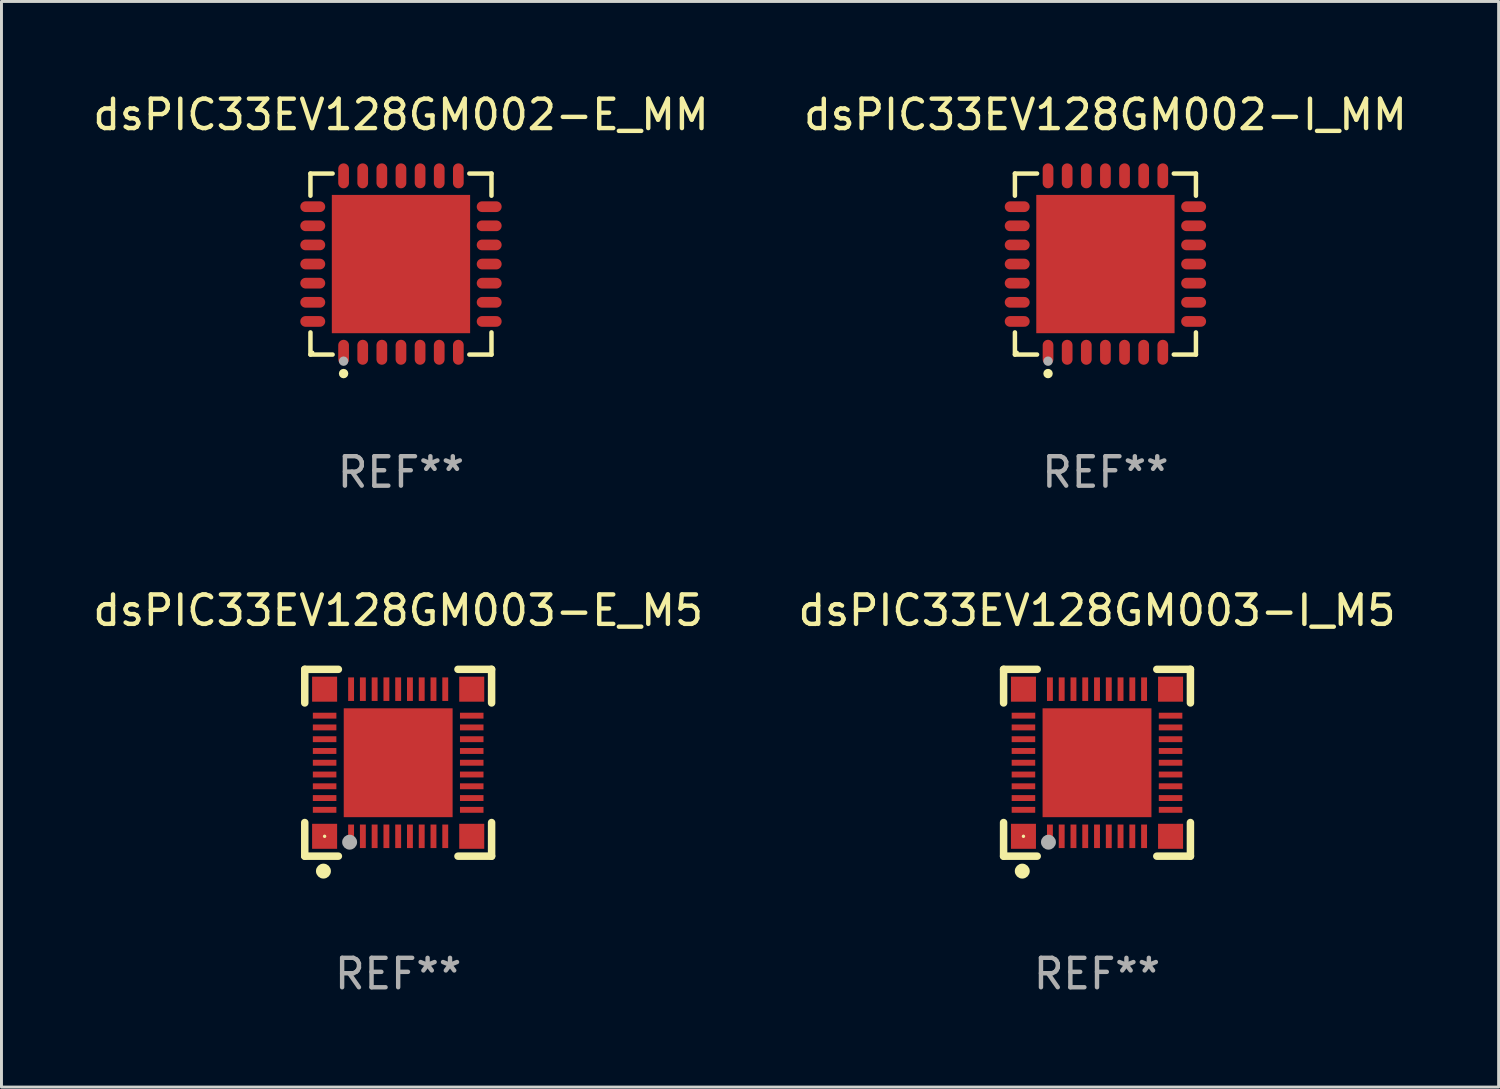
<source format=kicad_pcb>
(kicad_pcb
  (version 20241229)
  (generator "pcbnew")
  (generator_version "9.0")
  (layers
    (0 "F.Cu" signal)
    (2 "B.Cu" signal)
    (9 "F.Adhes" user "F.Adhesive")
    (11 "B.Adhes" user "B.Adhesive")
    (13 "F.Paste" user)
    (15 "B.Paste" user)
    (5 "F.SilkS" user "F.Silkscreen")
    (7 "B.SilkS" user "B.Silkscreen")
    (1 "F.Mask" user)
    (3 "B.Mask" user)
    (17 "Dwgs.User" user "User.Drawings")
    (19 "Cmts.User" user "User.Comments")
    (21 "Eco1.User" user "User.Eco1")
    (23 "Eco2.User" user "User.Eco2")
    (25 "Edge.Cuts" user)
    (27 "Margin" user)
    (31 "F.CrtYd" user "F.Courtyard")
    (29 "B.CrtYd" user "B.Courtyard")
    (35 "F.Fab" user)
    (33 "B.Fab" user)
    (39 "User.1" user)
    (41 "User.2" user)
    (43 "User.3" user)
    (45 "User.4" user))
  (footprint "dsPIC33EV128GM003-E_M5"
    (layer "F.Cu")
    (at 10.482 22.872)
    (property "Reference" "dsPIC33EV128GM003-E_M5" (at 0 -5.175 0) (layer "F.SilkS") (effects (font (size 1 1) (thickness 0.15))))
    (attr through_hole)
    (fp_line (start -3.175 -3.175) (end -2.032 -3.175) (stroke (width 0.254) (type solid)) (layer "F.SilkS"))
    (fp_line (start -3.175 -2.032) (end -3.175 -3.175) (stroke (width 0.254) (type solid)) (layer "F.SilkS"))
    (fp_line (start -3.175 3.175) (end -3.175 2.032) (stroke (width 0.254) (type solid)) (layer "F.SilkS"))
    (fp_line (start -2.032 3.175) (end -3.175 3.175) (stroke (width 0.254) (type solid)) (layer "F.SilkS"))
    (fp_line (start 2.032 -3.175) (end 3.175 -3.175) (stroke (width 0.254) (type solid)) (layer "F.SilkS"))
    (fp_line (start 3.175 -3.175) (end 3.175 -2.032) (stroke (width 0.254) (type solid)) (layer "F.SilkS"))
    (fp_line (start 3.175 2.032) (end 3.175 3.175) (stroke (width 0.254) (type solid)) (layer "F.SilkS"))
    (fp_line (start 3.175 3.175) (end 2.032 3.175) (stroke (width 0.254) (type solid)) (layer "F.SilkS"))
    (fp_circle (center -2.54 3.683) (end -2.413 3.683) (stroke (width 0.254) (type solid)) (fill no) (layer "F.SilkS"))
    (fp_circle (center -2.5 2.5) (end -2.47 2.5) (stroke (width 0.06) (type solid)) (fill no) (layer "F.SilkS"))
    (fp_circle (center -1.65 2.7) (end -1.523 2.7) (stroke (width 0.254) (type solid)) (fill no) (layer "F.Fab"))
    (fp_text user "REF**" (at 0 7.175 0) (layer "F.Fab") (effects (font (size 1 1) (thickness 0.15))))
    (pad "1" smd rect (at -1.6 2.5) (size 0.2 0.8) (layers "F.Cu" "F.Mask" "F.Paste"))
    (pad "2" smd rect (at -1.2 2.5) (size 0.2 0.8) (layers "F.Cu" "F.Mask" "F.Paste"))
    (pad "3" smd rect (at -0.8 2.5) (size 0.2 0.8) (layers "F.Cu" "F.Mask" "F.Paste"))
    (pad "4" smd rect (at -0.4 2.5) (size 0.2 0.8) (layers "F.Cu" "F.Mask" "F.Paste"))
    (pad "5" smd rect (at -0.000051 2.5) (size 0.2 0.8) (layers "F.Cu" "F.Mask" "F.Paste"))
    (pad "6" smd rect (at 0.4 2.5) (size 0.2 0.8) (layers "F.Cu" "F.Mask" "F.Paste"))
    (pad "7" smd rect (at 0.8 2.5) (size 0.2 0.8) (layers "F.Cu" "F.Mask" "F.Paste"))
    (pad "8" smd rect (at 1.2 2.5) (size 0.2 0.8) (layers "F.Cu" "F.Mask" "F.Paste"))
    (pad "9" smd rect (at 1.6 2.5) (size 0.2 0.8) (layers "F.Cu" "F.Mask" "F.Paste"))
    (pad "10" smd rect (at 2.5 1.6 90) (size 0.2 0.8) (layers "F.Cu" "F.Mask" "F.Paste"))
    (pad "11" smd rect (at 2.5 1.2 90) (size 0.2 0.8) (layers "F.Cu" "F.Mask" "F.Paste"))
    (pad "12" smd rect (at 2.5 0.8 90) (size 0.2 0.8) (layers "F.Cu" "F.Mask" "F.Paste"))
    (pad "13" smd rect (at 2.5 0.4 90) (size 0.2 0.8) (layers "F.Cu" "F.Mask" "F.Paste"))
    (pad "14" smd rect (at 2.5 -0.000051 90) (size 0.2 0.8) (layers "F.Cu" "F.Mask" "F.Paste"))
    (pad "15" smd rect (at 2.5 -0.4 90) (size 0.2 0.8) (layers "F.Cu" "F.Mask" "F.Paste"))
    (pad "16" smd rect (at 2.5 -0.8 90) (size 0.2 0.8) (layers "F.Cu" "F.Mask" "F.Paste"))
    (pad "17" smd rect (at 2.5 -1.2 90) (size 0.2 0.8) (layers "F.Cu" "F.Mask" "F.Paste"))
    (pad "18" smd rect (at 2.5 -1.6 90) (size 0.2 0.8) (layers "F.Cu" "F.Mask" "F.Paste"))
    (pad "19" smd rect (at 1.6 -2.5 180) (size 0.2 0.8) (layers "F.Cu" "F.Mask" "F.Paste"))
    (pad "20" smd rect (at 1.2 -2.5 180) (size 0.2 0.8) (layers "F.Cu" "F.Mask" "F.Paste"))
    (pad "21" smd rect (at 0.8 -2.5 180) (size 0.2 0.8) (layers "F.Cu" "F.Mask" "F.Paste"))
    (pad "22" smd rect (at 0.4 -2.5 180) (size 0.2 0.8) (layers "F.Cu" "F.Mask" "F.Paste"))
    (pad "23" smd rect (at -0.000051 -2.5 180) (size 0.2 0.8) (layers "F.Cu" "F.Mask" "F.Paste"))
    (pad "24" smd rect (at -0.4 -2.5 180) (size 0.2 0.8) (layers "F.Cu" "F.Mask" "F.Paste"))
    (pad "25" smd rect (at -0.8 -2.5 180) (size 0.2 0.8) (layers "F.Cu" "F.Mask" "F.Paste"))
    (pad "26" smd rect (at -1.2 -2.5 180) (size 0.2 0.8) (layers "F.Cu" "F.Mask" "F.Paste"))
    (pad "27" smd rect (at -1.6 -2.5 180) (size 0.2 0.8) (layers "F.Cu" "F.Mask" "F.Paste"))
    (pad "28" smd rect (at -2.5 -1.6 270) (size 0.2 0.8) (layers "F.Cu" "F.Mask" "F.Paste"))
    (pad "29" smd rect (at -2.5 -1.2 270) (size 0.2 0.8) (layers "F.Cu" "F.Mask" "F.Paste"))
    (pad "30" smd rect (at -2.5 -0.8 270) (size 0.2 0.8) (layers "F.Cu" "F.Mask" "F.Paste"))
    (pad "31" smd rect (at -2.5 -0.4 270) (size 0.2 0.8) (layers "F.Cu" "F.Mask" "F.Paste"))
    (pad "32" smd rect (at -2.5 -0.000051 270) (size 0.2 0.8) (layers "F.Cu" "F.Mask" "F.Paste"))
    (pad "33" smd rect (at -2.5 0.4 270) (size 0.2 0.8) (layers "F.Cu" "F.Mask" "F.Paste"))
    (pad "34" smd rect (at -2.5 0.8 270) (size 0.2 0.8) (layers "F.Cu" "F.Mask" "F.Paste"))
    (pad "35" smd rect (at -2.5 1.2 270) (size 0.2 0.8) (layers "F.Cu" "F.Mask" "F.Paste"))
    (pad "36" smd rect (at -2.5 1.6 270) (size 0.2 0.8) (layers "F.Cu" "F.Mask" "F.Paste"))
    (pad "37" smd rect (at -2.5 -2.5) (size 0.85 0.85) (layers "F.Cu" "F.Mask" "F.Paste"))
    (pad "37" smd rect (at -2.5 2.5) (size 0.85 0.85) (layers "F.Cu" "F.Mask" "F.Paste"))
    (pad "37" smd rect (at -0.000051 -0.000051) (size 3.7 3.7) (layers "F.Cu" "F.Mask" "F.Paste"))
    (pad "37" smd rect (at 2.5 -2.5) (size 0.85 0.85) (layers "F.Cu" "F.Mask" "F.Paste"))
    (pad "37" smd rect (at 2.5 2.5) (size 0.85 0.85) (layers "F.Cu" "F.Mask" "F.Paste")))
  (footprint "dsPIC33EV128GM002-E_MM"
    (layer "F.Cu")
    (at 10.577 5.924)
    (property "Reference" "dsPIC33EV128GM002-E_MM" (at 0 -5.076 0) (layer "F.SilkS") (effects (font (size 1 1) (thickness 0.15))))
    (attr through_hole)
    (fp_line (start -3.076 -3.076) (end -2.323 -3.076) (stroke (width 0.152) (type solid)) (layer "F.SilkS"))
    (fp_line (start -3.076 -2.323) (end -3.076 -3.076) (stroke (width 0.152) (type solid)) (layer "F.SilkS"))
    (fp_line (start -3.076 2.323) (end -3.076 3.076) (stroke (width 0.152) (type solid)) (layer "F.SilkS"))
    (fp_line (start -3.076 3.076) (end -2.323 3.076) (stroke (width 0.152) (type solid)) (layer "F.SilkS"))
    (fp_line (start 3.076 -3.076) (end 2.323 -3.076) (stroke (width 0.152) (type solid)) (layer "F.SilkS"))
    (fp_line (start 3.076 -2.323) (end 3.076 -3.076) (stroke (width 0.152) (type solid)) (layer "F.SilkS"))
    (fp_line (start 3.076 2.323) (end 3.076 3.076) (stroke (width 0.152) (type solid)) (layer "F.SilkS"))
    (fp_line (start 3.076 3.076) (end 2.323 3.076) (stroke (width 0.152) (type solid)) (layer "F.SilkS"))
    (fp_circle (center -3 3) (end -2.97 3) (stroke (width 0.06) (type solid)) (fill no) (layer "F.SilkS"))
    (fp_circle (center -1.95 3.722) (end -1.87 3.722) (stroke (width 0.16) (type solid)) (fill no) (layer "F.SilkS"))
    (fp_circle (center -1.95 3.3) (end -1.87 3.3) (stroke (width 0.16) (type solid)) (fill no) (layer "F.Fab"))
    (fp_text user "REF**" (at 0 7.076 0) (layer "F.Fab") (effects (font (size 1 1) (thickness 0.15))))
    (pad "1" smd oval (at -1.95 2.998) (size 0.364 0.847) (layers "F.Cu" "F.Mask" "F.Paste"))
    (pad "2" smd oval (at -1.3 2.998) (size 0.364 0.847) (layers "F.Cu" "F.Mask" "F.Paste"))
    (pad "3" smd oval (at -0.65 2.998) (size 0.364 0.847) (layers "F.Cu" "F.Mask" "F.Paste"))
    (pad "4" smd oval (at 0 2.998) (size 0.364 0.847) (layers "F.Cu" "F.Mask" "F.Paste"))
    (pad "5" smd oval (at 0.65 2.998) (size 0.364 0.847) (layers "F.Cu" "F.Mask" "F.Paste"))
    (pad "6" smd oval (at 1.3 2.998) (size 0.364 0.847) (layers "F.Cu" "F.Mask" "F.Paste"))
    (pad "7" smd oval (at 1.95 2.998) (size 0.364 0.847) (layers "F.Cu" "F.Mask" "F.Paste"))
    (pad "8" smd oval (at 2.998 1.95) (size 0.847 0.364) (layers "F.Cu" "F.Mask" "F.Paste"))
    (pad "9" smd oval (at 2.998 1.3) (size 0.847 0.364) (layers "F.Cu" "F.Mask" "F.Paste"))
    (pad "10" smd oval (at 2.998 0.65) (size 0.847 0.364) (layers "F.Cu" "F.Mask" "F.Paste"))
    (pad "11" smd oval (at 2.998 0) (size 0.847 0.364) (layers "F.Cu" "F.Mask" "F.Paste"))
    (pad "12" smd oval (at 2.998 -0.65) (size 0.847 0.364) (layers "F.Cu" "F.Mask" "F.Paste"))
    (pad "13" smd oval (at 2.998 -1.3) (size 0.847 0.364) (layers "F.Cu" "F.Mask" "F.Paste"))
    (pad "14" smd oval (at 2.998 -1.95) (size 0.847 0.364) (layers "F.Cu" "F.Mask" "F.Paste"))
    (pad "15" smd oval (at 1.95 -2.998) (size 0.364 0.847) (layers "F.Cu" "F.Mask" "F.Paste"))
    (pad "16" smd oval (at 1.3 -2.998) (size 0.364 0.847) (layers "F.Cu" "F.Mask" "F.Paste"))
    (pad "17" smd oval (at 0.65 -2.998) (size 0.364 0.847) (layers "F.Cu" "F.Mask" "F.Paste"))
    (pad "18" smd oval (at 0 -2.998) (size 0.364 0.847) (layers "F.Cu" "F.Mask" "F.Paste"))
    (pad "19" smd oval (at -0.65 -2.998) (size 0.364 0.847) (layers "F.Cu" "F.Mask" "F.Paste"))
    (pad "20" smd oval (at -1.3 -2.998) (size 0.364 0.847) (layers "F.Cu" "F.Mask" "F.Paste"))
    (pad "21" smd oval (at -1.95 -2.998) (size 0.364 0.847) (layers "F.Cu" "F.Mask" "F.Paste"))
    (pad "22" smd oval (at -2.998 -1.95) (size 0.847 0.364) (layers "F.Cu" "F.Mask" "F.Paste"))
    (pad "23" smd oval (at -2.998 -1.3) (size 0.847 0.364) (layers "F.Cu" "F.Mask" "F.Paste"))
    (pad "24" smd oval (at -2.998 -0.65) (size 0.847 0.364) (layers "F.Cu" "F.Mask" "F.Paste"))
    (pad "25" smd oval (at -2.998 0) (size 0.847 0.364) (layers "F.Cu" "F.Mask" "F.Paste"))
    (pad "26" smd oval (at -2.998 0.65) (size 0.847 0.364) (layers "F.Cu" "F.Mask" "F.Paste"))
    (pad "27" smd oval (at -2.998 1.3) (size 0.847 0.364) (layers "F.Cu" "F.Mask" "F.Paste"))
    (pad "28" smd oval (at -2.998 1.95) (size 0.847 0.364) (layers "F.Cu" "F.Mask" "F.Paste"))
    (pad "29" smd rect (at 0 0) (size 4.7 4.7) (layers "F.Cu" "F.Mask" "F.Paste")))
  (footprint "dsPIC33EV128GM003-I_M5"
    (layer "F.Cu")
    (at 34.232 22.872)
    (property "Reference" "dsPIC33EV128GM003-I_M5" (at 0 -5.175 0) (layer "F.SilkS") (effects (font (size 1 1) (thickness 0.15))))
    (attr through_hole)
    (fp_line (start -3.175 -3.175) (end -2.032 -3.175) (stroke (width 0.254) (type solid)) (layer "F.SilkS"))
    (fp_line (start -3.175 -2.032) (end -3.175 -3.175) (stroke (width 0.254) (type solid)) (layer "F.SilkS"))
    (fp_line (start -3.175 3.175) (end -3.175 2.032) (stroke (width 0.254) (type solid)) (layer "F.SilkS"))
    (fp_line (start -2.032 3.175) (end -3.175 3.175) (stroke (width 0.254) (type solid)) (layer "F.SilkS"))
    (fp_line (start 2.032 -3.175) (end 3.175 -3.175) (stroke (width 0.254) (type solid)) (layer "F.SilkS"))
    (fp_line (start 3.175 -3.175) (end 3.175 -2.032) (stroke (width 0.254) (type solid)) (layer "F.SilkS"))
    (fp_line (start 3.175 2.032) (end 3.175 3.175) (stroke (width 0.254) (type solid)) (layer "F.SilkS"))
    (fp_line (start 3.175 3.175) (end 2.032 3.175) (stroke (width 0.254) (type solid)) (layer "F.SilkS"))
    (fp_circle (center -2.54 3.683) (end -2.413 3.683) (stroke (width 0.254) (type solid)) (fill no) (layer "F.SilkS"))
    (fp_circle (center -2.5 2.5) (end -2.47 2.5) (stroke (width 0.06) (type solid)) (fill no) (layer "F.SilkS"))
    (fp_circle (center -1.65 2.7) (end -1.523 2.7) (stroke (width 0.254) (type solid)) (fill no) (layer "F.Fab"))
    (fp_text user "REF**" (at 0 7.175 0) (layer "F.Fab") (effects (font (size 1 1) (thickness 0.15))))
    (pad "1" smd rect (at -1.6 2.5) (size 0.2 0.8) (layers "F.Cu" "F.Mask" "F.Paste"))
    (pad "2" smd rect (at -1.2 2.5) (size 0.2 0.8) (layers "F.Cu" "F.Mask" "F.Paste"))
    (pad "3" smd rect (at -0.8 2.5) (size 0.2 0.8) (layers "F.Cu" "F.Mask" "F.Paste"))
    (pad "4" smd rect (at -0.4 2.5) (size 0.2 0.8) (layers "F.Cu" "F.Mask" "F.Paste"))
    (pad "5" smd rect (at -0.000051 2.5) (size 0.2 0.8) (layers "F.Cu" "F.Mask" "F.Paste"))
    (pad "6" smd rect (at 0.4 2.5) (size 0.2 0.8) (layers "F.Cu" "F.Mask" "F.Paste"))
    (pad "7" smd rect (at 0.8 2.5) (size 0.2 0.8) (layers "F.Cu" "F.Mask" "F.Paste"))
    (pad "8" smd rect (at 1.2 2.5) (size 0.2 0.8) (layers "F.Cu" "F.Mask" "F.Paste"))
    (pad "9" smd rect (at 1.6 2.5) (size 0.2 0.8) (layers "F.Cu" "F.Mask" "F.Paste"))
    (pad "10" smd rect (at 2.5 1.6 90) (size 0.2 0.8) (layers "F.Cu" "F.Mask" "F.Paste"))
    (pad "11" smd rect (at 2.5 1.2 90) (size 0.2 0.8) (layers "F.Cu" "F.Mask" "F.Paste"))
    (pad "12" smd rect (at 2.5 0.8 90) (size 0.2 0.8) (layers "F.Cu" "F.Mask" "F.Paste"))
    (pad "13" smd rect (at 2.5 0.4 90) (size 0.2 0.8) (layers "F.Cu" "F.Mask" "F.Paste"))
    (pad "14" smd rect (at 2.5 -0.000051 90) (size 0.2 0.8) (layers "F.Cu" "F.Mask" "F.Paste"))
    (pad "15" smd rect (at 2.5 -0.4 90) (size 0.2 0.8) (layers "F.Cu" "F.Mask" "F.Paste"))
    (pad "16" smd rect (at 2.5 -0.8 90) (size 0.2 0.8) (layers "F.Cu" "F.Mask" "F.Paste"))
    (pad "17" smd rect (at 2.5 -1.2 90) (size 0.2 0.8) (layers "F.Cu" "F.Mask" "F.Paste"))
    (pad "18" smd rect (at 2.5 -1.6 90) (size 0.2 0.8) (layers "F.Cu" "F.Mask" "F.Paste"))
    (pad "19" smd rect (at 1.6 -2.5 180) (size 0.2 0.8) (layers "F.Cu" "F.Mask" "F.Paste"))
    (pad "20" smd rect (at 1.2 -2.5 180) (size 0.2 0.8) (layers "F.Cu" "F.Mask" "F.Paste"))
    (pad "21" smd rect (at 0.8 -2.5 180) (size 0.2 0.8) (layers "F.Cu" "F.Mask" "F.Paste"))
    (pad "22" smd rect (at 0.4 -2.5 180) (size 0.2 0.8) (layers "F.Cu" "F.Mask" "F.Paste"))
    (pad "23" smd rect (at -0.000051 -2.5 180) (size 0.2 0.8) (layers "F.Cu" "F.Mask" "F.Paste"))
    (pad "24" smd rect (at -0.4 -2.5 180) (size 0.2 0.8) (layers "F.Cu" "F.Mask" "F.Paste"))
    (pad "25" smd rect (at -0.8 -2.5 180) (size 0.2 0.8) (layers "F.Cu" "F.Mask" "F.Paste"))
    (pad "26" smd rect (at -1.2 -2.5 180) (size 0.2 0.8) (layers "F.Cu" "F.Mask" "F.Paste"))
    (pad "27" smd rect (at -1.6 -2.5 180) (size 0.2 0.8) (layers "F.Cu" "F.Mask" "F.Paste"))
    (pad "28" smd rect (at -2.5 -1.6 270) (size 0.2 0.8) (layers "F.Cu" "F.Mask" "F.Paste"))
    (pad "29" smd rect (at -2.5 -1.2 270) (size 0.2 0.8) (layers "F.Cu" "F.Mask" "F.Paste"))
    (pad "30" smd rect (at -2.5 -0.8 270) (size 0.2 0.8) (layers "F.Cu" "F.Mask" "F.Paste"))
    (pad "31" smd rect (at -2.5 -0.4 270) (size 0.2 0.8) (layers "F.Cu" "F.Mask" "F.Paste"))
    (pad "32" smd rect (at -2.5 -0.000051 270) (size 0.2 0.8) (layers "F.Cu" "F.Mask" "F.Paste"))
    (pad "33" smd rect (at -2.5 0.4 270) (size 0.2 0.8) (layers "F.Cu" "F.Mask" "F.Paste"))
    (pad "34" smd rect (at -2.5 0.8 270) (size 0.2 0.8) (layers "F.Cu" "F.Mask" "F.Paste"))
    (pad "35" smd rect (at -2.5 1.2 270) (size 0.2 0.8) (layers "F.Cu" "F.Mask" "F.Paste"))
    (pad "36" smd rect (at -2.5 1.6 270) (size 0.2 0.8) (layers "F.Cu" "F.Mask" "F.Paste"))
    (pad "37" smd rect (at -2.5 -2.5) (size 0.85 0.85) (layers "F.Cu" "F.Mask" "F.Paste"))
    (pad "37" smd rect (at -2.5 2.5) (size 0.85 0.85) (layers "F.Cu" "F.Mask" "F.Paste"))
    (pad "37" smd rect (at -0.000051 -0.000051) (size 3.7 3.7) (layers "F.Cu" "F.Mask" "F.Paste"))
    (pad "37" smd rect (at 2.5 -2.5) (size 0.85 0.85) (layers "F.Cu" "F.Mask" "F.Paste"))
    (pad "37" smd rect (at 2.5 2.5) (size 0.85 0.85) (layers "F.Cu" "F.Mask" "F.Paste")))
  (footprint "dsPIC33EV128GM002-I_MM"
    (layer "F.Cu")
    (at 34.518 5.924)
    (property "Reference" "dsPIC33EV128GM002-I_MM" (at 0 -5.076 0) (layer "F.SilkS") (effects (font (size 1 1) (thickness 0.15))))
    (attr through_hole)
    (fp_line (start -3.076 -3.076) (end -2.323 -3.076) (stroke (width 0.152) (type solid)) (layer "F.SilkS"))
    (fp_line (start -3.076 -2.323) (end -3.076 -3.076) (stroke (width 0.152) (type solid)) (layer "F.SilkS"))
    (fp_line (start -3.076 2.323) (end -3.076 3.076) (stroke (width 0.152) (type solid)) (layer "F.SilkS"))
    (fp_line (start -3.076 3.076) (end -2.323 3.076) (stroke (width 0.152) (type solid)) (layer "F.SilkS"))
    (fp_line (start 3.076 -3.076) (end 2.323 -3.076) (stroke (width 0.152) (type solid)) (layer "F.SilkS"))
    (fp_line (start 3.076 -2.323) (end 3.076 -3.076) (stroke (width 0.152) (type solid)) (layer "F.SilkS"))
    (fp_line (start 3.076 2.323) (end 3.076 3.076) (stroke (width 0.152) (type solid)) (layer "F.SilkS"))
    (fp_line (start 3.076 3.076) (end 2.323 3.076) (stroke (width 0.152) (type solid)) (layer "F.SilkS"))
    (fp_circle (center -3 3) (end -2.97 3) (stroke (width 0.06) (type solid)) (fill no) (layer "F.SilkS"))
    (fp_circle (center -1.95 3.722) (end -1.87 3.722) (stroke (width 0.16) (type solid)) (fill no) (layer "F.SilkS"))
    (fp_circle (center -1.95 3.3) (end -1.87 3.3) (stroke (width 0.16) (type solid)) (fill no) (layer "F.Fab"))
    (fp_text user "REF**" (at 0 7.076 0) (layer "F.Fab") (effects (font (size 1 1) (thickness 0.15))))
    (pad "1" smd oval (at -1.95 2.998) (size 0.364 0.847) (layers "F.Cu" "F.Mask" "F.Paste"))
    (pad "2" smd oval (at -1.3 2.998) (size 0.364 0.847) (layers "F.Cu" "F.Mask" "F.Paste"))
    (pad "3" smd oval (at -0.65 2.998) (size 0.364 0.847) (layers "F.Cu" "F.Mask" "F.Paste"))
    (pad "4" smd oval (at 0 2.998) (size 0.364 0.847) (layers "F.Cu" "F.Mask" "F.Paste"))
    (pad "5" smd oval (at 0.65 2.998) (size 0.364 0.847) (layers "F.Cu" "F.Mask" "F.Paste"))
    (pad "6" smd oval (at 1.3 2.998) (size 0.364 0.847) (layers "F.Cu" "F.Mask" "F.Paste"))
    (pad "7" smd oval (at 1.95 2.998) (size 0.364 0.847) (layers "F.Cu" "F.Mask" "F.Paste"))
    (pad "8" smd oval (at 2.998 1.95) (size 0.847 0.364) (layers "F.Cu" "F.Mask" "F.Paste"))
    (pad "9" smd oval (at 2.998 1.3) (size 0.847 0.364) (layers "F.Cu" "F.Mask" "F.Paste"))
    (pad "10" smd oval (at 2.998 0.65) (size 0.847 0.364) (layers "F.Cu" "F.Mask" "F.Paste"))
    (pad "11" smd oval (at 2.998 0) (size 0.847 0.364) (layers "F.Cu" "F.Mask" "F.Paste"))
    (pad "12" smd oval (at 2.998 -0.65) (size 0.847 0.364) (layers "F.Cu" "F.Mask" "F.Paste"))
    (pad "13" smd oval (at 2.998 -1.3) (size 0.847 0.364) (layers "F.Cu" "F.Mask" "F.Paste"))
    (pad "14" smd oval (at 2.998 -1.95) (size 0.847 0.364) (layers "F.Cu" "F.Mask" "F.Paste"))
    (pad "15" smd oval (at 1.95 -2.998) (size 0.364 0.847) (layers "F.Cu" "F.Mask" "F.Paste"))
    (pad "16" smd oval (at 1.3 -2.998) (size 0.364 0.847) (layers "F.Cu" "F.Mask" "F.Paste"))
    (pad "17" smd oval (at 0.65 -2.998) (size 0.364 0.847) (layers "F.Cu" "F.Mask" "F.Paste"))
    (pad "18" smd oval (at 0 -2.998) (size 0.364 0.847) (layers "F.Cu" "F.Mask" "F.Paste"))
    (pad "19" smd oval (at -0.65 -2.998) (size 0.364 0.847) (layers "F.Cu" "F.Mask" "F.Paste"))
    (pad "20" smd oval (at -1.3 -2.998) (size 0.364 0.847) (layers "F.Cu" "F.Mask" "F.Paste"))
    (pad "21" smd oval (at -1.95 -2.998) (size 0.364 0.847) (layers "F.Cu" "F.Mask" "F.Paste"))
    (pad "22" smd oval (at -2.998 -1.95) (size 0.847 0.364) (layers "F.Cu" "F.Mask" "F.Paste"))
    (pad "23" smd oval (at -2.998 -1.3) (size 0.847 0.364) (layers "F.Cu" "F.Mask" "F.Paste"))
    (pad "24" smd oval (at -2.998 -0.65) (size 0.847 0.364) (layers "F.Cu" "F.Mask" "F.Paste"))
    (pad "25" smd oval (at -2.998 0) (size 0.847 0.364) (layers "F.Cu" "F.Mask" "F.Paste"))
    (pad "26" smd oval (at -2.998 0.65) (size 0.847 0.364) (layers "F.Cu" "F.Mask" "F.Paste"))
    (pad "27" smd oval (at -2.998 1.3) (size 0.847 0.364) (layers "F.Cu" "F.Mask" "F.Paste"))
    (pad "28" smd oval (at -2.998 1.95) (size 0.847 0.364) (layers "F.Cu" "F.Mask" "F.Paste"))
    (pad "29" smd rect (at 0 0) (size 4.7 4.7) (layers "F.Cu" "F.Mask" "F.Paste")))
  (gr_rect
    (start -3 -3)
    (end 47.881 33.895)
    (stroke (width 0.1) (type default))
    (fill no)
    (layer "Edge.Cuts")))
</source>
